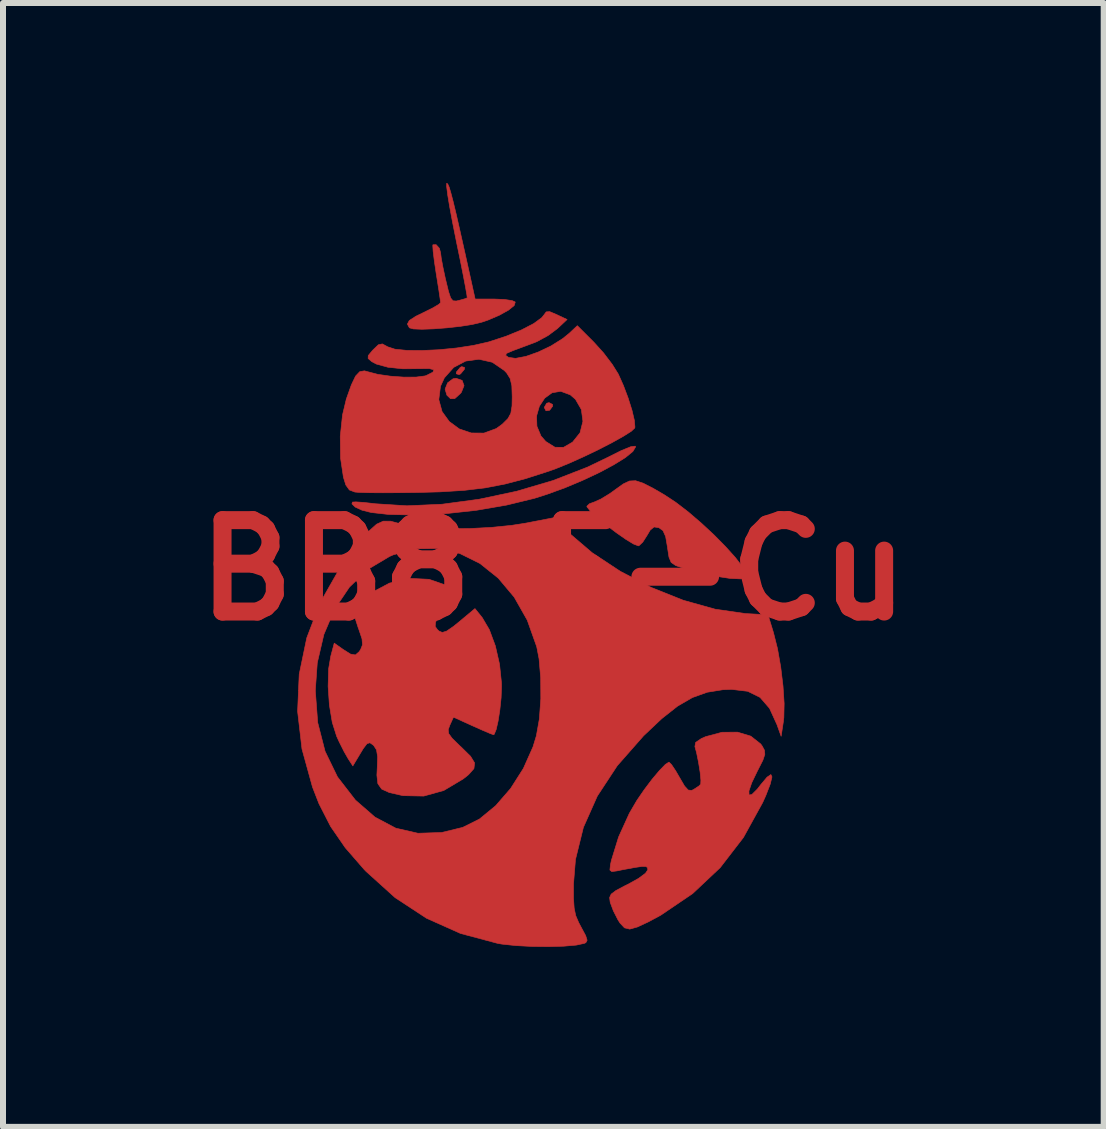
<source format=kicad_pcb>
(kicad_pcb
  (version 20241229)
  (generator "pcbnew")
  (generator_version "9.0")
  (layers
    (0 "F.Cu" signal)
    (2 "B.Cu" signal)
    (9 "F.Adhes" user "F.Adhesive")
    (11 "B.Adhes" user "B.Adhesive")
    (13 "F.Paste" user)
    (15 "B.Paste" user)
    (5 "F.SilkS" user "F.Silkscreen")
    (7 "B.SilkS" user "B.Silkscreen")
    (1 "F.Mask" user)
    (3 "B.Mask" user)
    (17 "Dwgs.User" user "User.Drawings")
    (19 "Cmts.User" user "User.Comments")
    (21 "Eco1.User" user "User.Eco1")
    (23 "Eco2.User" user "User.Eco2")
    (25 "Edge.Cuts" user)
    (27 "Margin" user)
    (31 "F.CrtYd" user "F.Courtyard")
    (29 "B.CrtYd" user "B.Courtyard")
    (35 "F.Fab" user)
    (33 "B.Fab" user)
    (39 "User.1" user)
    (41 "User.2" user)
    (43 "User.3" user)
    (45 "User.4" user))
  (footprint "BB8 F-Cu"
    (layer "F.Cu")
    (at 6.176 6.457)
    (property "Reference" "BB8 F-Cu" (at 0 0 0) (layer "F.Cu") (effects (font (size 1.524 1.524) (thickness 0.3))))
    (attr through_hole)
    (fp_poly (pts (xy -0.013 -2.764) (xy -0.012 -2.734) (xy -0.062 -2.667) (xy -0.123 -2.658) (xy -0.152 -2.714) (xy -0.111 -2.784) (xy -0.072 -2.794) (xy -0.013 -2.764)) (stroke (width 0.01) (type solid)) (fill yes) (layer "F.Cu"))
    (fp_poly (pts (xy -1.48 -3.38) (xy -1.483 -3.35) (xy -1.547 -3.273) (xy -1.572 -3.261) (xy -1.619 -3.275) (xy -1.616 -3.305) (xy -1.552 -3.382) (xy -1.527 -3.394) (xy -1.48 -3.38)) (stroke (width 0.01) (type solid)) (fill yes) (layer "F.Cu"))
    (fp_poly (pts (xy -1.521 -3.165) (xy -1.489 -3.077) (xy -1.534 -2.965) (xy -1.551 -2.945) (xy -1.644 -2.861) (xy -1.714 -2.859) (xy -1.775 -2.918) (xy -1.805 -3.019) (xy -1.763 -3.124) (xy -1.672 -3.192) (xy -1.622 -3.2) (xy -1.521 -3.165)) (stroke (width 0.01) (type solid)) (fill yes) (layer "F.Cu"))
    (fp_poly (pts (xy 1.372 -2.057) (xy 1.326 -1.98) (xy 1.2 -1.877) (xy 1.008 -1.758) (xy 0.767 -1.629) (xy 0.49 -1.499) (xy 0.195 -1.375) (xy -0.104 -1.266) (xy -0.314 -1.199) (xy -0.783 -1.085) (xy -1.289 -0.998) (xy -1.804 -0.942) (xy -2.3 -0.919) (xy -2.751 -0.93) (xy -3.036 -0.962) (xy -3.189 -1) (xy -3.304 -1.053) (xy -3.358 -1.106) (xy -3.349 -1.136) (xy -3.292 -1.139) (xy -3.161 -1.13) (xy -2.985 -1.11) (xy -2.972 -1.108) (xy -2.441 -1.074) (xy -1.856 -1.1) (xy -1.239 -1.183) (xy -0.614 -1.316) (xy -0.003 -1.496) (xy 0.57 -1.719) (xy 0.902 -1.879) (xy 1.136 -1.996) (xy 1.291 -2.059) (xy 1.365 -2.068) (xy 1.372 -2.057)) (stroke (width 0.01) (type solid)) (fill yes) (layer "F.Cu"))
    (fp_poly (pts (xy 1.497 -1.451) (xy 1.67 -1.362) (xy 1.847 -1.259) (xy 2.039 -1.133) (xy 2.25 -0.971) (xy 2.467 -0.785) (xy 2.678 -0.589) (xy 2.871 -0.393) (xy 3.034 -0.212) (xy 3.153 -0.058) (xy 3.217 0.058) (xy 3.216 0.12) (xy 3.127 0.145) (xy 2.947 0.137) (xy 2.678 0.096) (xy 2.667 0.094) (xy 2.455 0.048) (xy 2.235 -0.012) (xy 2.175 -0.03) (xy 2.039 -0.078) (xy 1.964 -0.13) (xy 1.928 -0.217) (xy 1.904 -0.371) (xy 1.902 -0.388) (xy 1.872 -0.562) (xy 1.828 -0.66) (xy 1.759 -0.709) (xy 1.759 -0.709) (xy 1.679 -0.721) (xy 1.615 -0.669) (xy 1.561 -0.578) (xy 1.49 -0.467) (xy 1.428 -0.409) (xy 1.418 -0.406) (xy 1.338 -0.436) (xy 1.208 -0.515) (xy 1.049 -0.626) (xy 0.883 -0.752) (xy 0.732 -0.877) (xy 0.617 -0.984) (xy 0.561 -1.056) (xy 0.559 -1.067) (xy 0.602 -1.108) (xy 0.682 -1.137) (xy 0.79 -1.185) (xy 0.938 -1.275) (xy 1.041 -1.349) (xy 1.165 -1.438) (xy 1.268 -1.487) (xy 1.371 -1.492) (xy 1.497 -1.451)) (stroke (width 0.01) (type solid)) (fill yes) (layer "F.Cu"))
    (fp_poly (pts (xy -1.76 -6.438) (xy -1.738 -6.389) (xy -1.71 -6.296) (xy -1.671 -6.148) (xy -1.62 -5.937) (xy -1.555 -5.651) (xy -1.472 -5.281) (xy -1.419 -5.042) (xy -1.304 -4.521) (xy -0.985 -4.521) (xy -0.814 -4.514) (xy -0.687 -4.495) (xy -0.635 -4.471) (xy -0.653 -4.413) (xy -0.748 -4.336) (xy -0.901 -4.251) (xy -1.093 -4.169) (xy -1.194 -4.135) (xy -1.348 -4.098) (xy -1.549 -4.066) (xy -1.774 -4.041) (xy -1.996 -4.024) (xy -2.191 -4.017) (xy -2.335 -4.023) (xy -2.4 -4.041) (xy -2.434 -4.103) (xy -2.402 -4.163) (xy -2.293 -4.234) (xy -2.159 -4.299) (xy -2.012 -4.372) (xy -1.91 -4.432) (xy -1.88 -4.461) (xy -1.888 -4.524) (xy -1.908 -4.662) (xy -1.938 -4.851) (xy -1.954 -4.951) (xy -1.984 -5.153) (xy -2.004 -5.314) (xy -2.01 -5.41) (xy -2.008 -5.426) (xy -1.954 -5.427) (xy -1.9 -5.367) (xy -1.88 -5.293) (xy -1.869 -5.203) (xy -1.84 -5.047) (xy -1.799 -4.856) (xy -1.794 -4.836) (xy -1.748 -4.647) (xy -1.712 -4.539) (xy -1.673 -4.492) (xy -1.619 -4.488) (xy -1.578 -4.497) (xy -1.477 -4.525) (xy -1.436 -4.541) (xy -1.442 -4.592) (xy -1.466 -4.727) (xy -1.505 -4.931) (xy -1.556 -5.187) (xy -1.617 -5.481) (xy -1.621 -5.502) (xy -1.68 -5.797) (xy -1.728 -6.055) (xy -1.762 -6.26) (xy -1.779 -6.397) (xy -1.778 -6.451) (xy -1.777 -6.452) (xy -1.76 -6.438)) (stroke (width 0.01) (type solid)) (fill yes) (layer "F.Cu"))
    (fp_poly (pts (xy 3.292 2.767) (xy 3.457 2.897) (xy 3.481 2.93) (xy 3.52 3.002) (xy 3.526 3.071) (xy 3.494 3.167) (xy 3.417 3.319) (xy 3.401 3.35) (xy 3.307 3.545) (xy 3.261 3.68) (xy 3.263 3.748) (xy 3.31 3.74) (xy 3.4 3.651) (xy 3.454 3.581) (xy 3.563 3.451) (xy 3.627 3.407) (xy 3.645 3.446) (xy 3.617 3.564) (xy 3.543 3.756) (xy 3.489 3.876) (xy 3.17 4.455) (xy 2.781 4.96) (xy 2.322 5.392) (xy 1.791 5.752) (xy 1.589 5.861) (xy 1.4 5.949) (xy 1.274 5.984) (xy 1.186 5.963) (xy 1.113 5.885) (xy 1.077 5.829) (xy 1.001 5.68) (xy 0.949 5.541) (xy 0.947 5.531) (xy 0.938 5.458) (xy 0.964 5.401) (xy 1.043 5.341) (xy 1.192 5.262) (xy 1.245 5.236) (xy 1.42 5.139) (xy 1.536 5.053) (xy 1.575 4.995) (xy 1.57 4.959) (xy 1.543 4.94) (xy 1.478 4.939) (xy 1.355 4.957) (xy 1.156 4.994) (xy 1.058 5.014) (xy 0.974 5.025) (xy 0.943 4.999) (xy 0.952 4.911) (xy 0.969 4.834) (xy 1.088 4.448) (xy 1.267 4.054) (xy 1.391 3.841) (xy 1.515 3.66) (xy 1.647 3.485) (xy 1.771 3.338) (xy 1.87 3.236) (xy 1.928 3.2) (xy 1.97 3.241) (xy 2.041 3.347) (xy 2.103 3.454) (xy 2.187 3.598) (xy 2.248 3.665) (xy 2.304 3.672) (xy 2.337 3.657) (xy 2.426 3.599) (xy 2.457 3.568) (xy 2.46 3.501) (xy 2.447 3.368) (xy 2.421 3.205) (xy 2.388 3.043) (xy 2.36 2.94) (xy 2.373 2.871) (xy 2.469 2.806) (xy 2.54 2.775) (xy 2.813 2.702) (xy 3.071 2.7) (xy 3.292 2.767)) (stroke (width 0.01) (type solid)) (fill yes) (layer "F.Cu"))
    (fp_poly (pts (xy -2.072 0.152) (xy -1.791 0.249) (xy -1.626 0.332) (xy -1.804 0.596) (xy -1.912 0.762) (xy -1.965 0.869) (xy -1.97 0.938) (xy -1.931 0.993) (xy -1.906 1.015) (xy -1.851 1.038) (xy -1.778 1.015) (xy -1.664 0.936) (xy -1.569 0.859) (xy -1.307 0.64) (xy -1.186 0.79) (xy -1.067 0.992) (xy -0.967 1.262) (xy -0.897 1.569) (xy -0.865 1.878) (xy -0.864 1.939) (xy -0.871 2.129) (xy -0.892 2.33) (xy -0.921 2.515) (xy -0.954 2.659) (xy -0.986 2.736) (xy -0.998 2.743) (xy -1.051 2.724) (xy -1.171 2.673) (xy -1.332 2.601) (xy -1.342 2.597) (xy -1.665 2.45) (xy -1.726 2.584) (xy -1.753 2.659) (xy -1.745 2.724) (xy -1.688 2.802) (xy -1.571 2.917) (xy -1.529 2.956) (xy -1.38 3.103) (xy -1.313 3.213) (xy -1.324 3.308) (xy -1.414 3.409) (xy -1.503 3.48) (xy -1.827 3.673) (xy -2.161 3.766) (xy -2.503 3.759) (xy -2.525 3.755) (xy -2.736 3.707) (xy -2.863 3.649) (xy -2.926 3.559) (xy -2.942 3.418) (xy -2.936 3.296) (xy -2.93 3.111) (xy -2.948 2.996) (xy -2.995 2.923) (xy -3.002 2.917) (xy -3.058 2.877) (xy -3.107 2.892) (xy -3.17 2.975) (xy -3.216 3.051) (xy -3.343 3.263) (xy -3.421 3.143) (xy -3.488 3.026) (xy -3.57 2.863) (xy -3.613 2.769) (xy -3.686 2.538) (xy -3.734 2.248) (xy -3.755 1.937) (xy -3.747 1.645) (xy -3.711 1.433) (xy -3.653 1.216) (xy -3.508 1.319) (xy -3.381 1.399) (xy -3.3 1.413) (xy -3.238 1.359) (xy -3.213 1.322) (xy -3.182 1.244) (xy -3.19 1.145) (xy -3.241 0.993) (xy -3.252 0.964) (xy -3.311 0.781) (xy -3.311 0.648) (xy -3.242 0.535) (xy -3.093 0.413) (xy -3.056 0.387) (xy -2.732 0.215) (xy -2.4 0.136) (xy -2.072 0.152)) (stroke (width 0.01) (type solid)) (fill yes) (layer "F.Cu"))
    (fp_poly (pts (xy 0.242 -0.637) (xy 0.646 -0.292) (xy 1.117 0.019) (xy 1.631 0.287) (xy 2.166 0.501) (xy 2.698 0.65) (xy 3.202 0.723) (xy 3.237 0.725) (xy 3.579 0.743) (xy 3.67 1.041) (xy 3.737 1.307) (xy 3.791 1.614) (xy 3.829 1.93) (xy 3.848 2.222) (xy 3.843 2.459) (xy 3.836 2.519) (xy 3.798 2.769) (xy 3.729 2.576) (xy 3.605 2.304) (xy 3.447 2.121) (xy 3.241 2.019) (xy 2.973 1.987) (xy 2.824 1.993) (xy 2.564 2.035) (xy 2.319 2.123) (xy 2.072 2.266) (xy 1.807 2.475) (xy 1.504 2.761) (xy 1.499 2.767) (xy 1.066 3.259) (xy 0.733 3.766) (xy 0.501 4.288) (xy 0.369 4.823) (xy 0.336 5.232) (xy 0.336 5.469) (xy 0.347 5.634) (xy 0.373 5.759) (xy 0.422 5.874) (xy 0.464 5.953) (xy 0.539 6.093) (xy 0.563 6.17) (xy 0.542 6.21) (xy 0.516 6.222) (xy 0.381 6.251) (xy 0.173 6.269) (xy -0.083 6.276) (xy -0.358 6.273) (xy -0.626 6.259) (xy -0.859 6.234) (xy -0.932 6.221) (xy -1.547 6.057) (xy -2.115 5.803) (xy -2.639 5.459) (xy -3.124 5.021) (xy -3.154 4.99) (xy -3.47 4.626) (xy -3.714 4.272) (xy -3.907 3.895) (xy -4.016 3.615) (xy -4.191 2.981) (xy -4.264 2.353) (xy -4.249 2.007) (xy -3.969 2.007) (xy -3.929 2.541) (xy -3.806 3.02) (xy -3.599 3.447) (xy -3.304 3.828) (xy -3.299 3.834) (xy -2.974 4.117) (xy -2.627 4.301) (xy -2.257 4.386) (xy -1.861 4.373) (xy -1.511 4.288) (xy -1.232 4.149) (xy -0.961 3.926) (xy -0.712 3.639) (xy -0.5 3.306) (xy -0.339 2.945) (xy -0.283 2.761) (xy -0.233 2.479) (xy -0.209 2.144) (xy -0.211 1.798) (xy -0.238 1.479) (xy -0.277 1.277) (xy -0.435 0.833) (xy -0.652 0.45) (xy -0.918 0.133) (xy -1.224 -0.112) (xy -1.561 -0.279) (xy -1.92 -0.363) (xy -2.292 -0.357) (xy -2.667 -0.257) (xy -2.732 -0.229) (xy -3.094 -0.013) (xy -3.4 0.282) (xy -3.646 0.647) (xy -3.826 1.071) (xy -3.936 1.544) (xy -3.969 2.007) (xy -4.249 2.007) (xy -4.237 1.734) (xy -4.111 1.128) (xy -3.886 0.538) (xy -3.562 -0.031) (xy -3.235 -0.468) (xy -3.073 -0.654) (xy -2.947 -0.767) (xy -2.835 -0.818) (xy -2.713 -0.817) (xy -2.559 -0.776) (xy -2.356 -0.733) (xy -2.076 -0.705) (xy -1.746 -0.692) (xy -1.389 -0.695) (xy -1.03 -0.714) (xy -0.694 -0.748) (xy -0.469 -0.783) (xy 0.001 -0.874) (xy 0.242 -0.637)) (stroke (width 0.01) (type solid)) (fill yes) (layer "F.Cu"))
    (fp_poly (pts (xy 0.048 -4.265) (xy 0.059 -4.26) (xy 0.229 -4.18) (xy 0.067 -4.028) (xy -0.089 -3.912) (xy -0.273 -3.812) (xy -0.314 -3.795) (xy -0.488 -3.73) (xy -0.65 -3.67) (xy -0.686 -3.656) (xy -0.783 -3.614) (xy -0.794 -3.581) (xy -0.748 -3.549) (xy -0.631 -3.532) (xy -0.457 -3.565) (xy -0.251 -3.638) (xy -0.039 -3.739) (xy 0.155 -3.861) (xy 0.264 -3.949) (xy 0.4 -4.077) (xy 0.677 -3.8) (xy 0.836 -3.624) (xy 0.982 -3.432) (xy 1.083 -3.27) (xy 1.168 -3.08) (xy 1.247 -2.87) (xy 1.311 -2.667) (xy 1.351 -2.497) (xy 1.36 -2.386) (xy 1.357 -2.371) (xy 1.299 -2.316) (xy 1.166 -2.232) (xy 0.978 -2.127) (xy 0.753 -2.011) (xy 0.509 -1.894) (xy 0.267 -1.785) (xy 0.044 -1.694) (xy -0.07 -1.653) (xy -0.455 -1.529) (xy -0.8 -1.438) (xy -1.135 -1.373) (xy -1.489 -1.331) (xy -1.891 -1.306) (xy -2.261 -1.296) (xy -2.565 -1.292) (xy -2.841 -1.291) (xy -3.072 -1.292) (xy -3.236 -1.297) (xy -3.309 -1.303) (xy -3.401 -1.338) (xy -3.46 -1.421) (xy -3.5 -1.549) (xy -3.548 -1.869) (xy -3.553 -2.231) (xy -3.515 -2.589) (xy -3.454 -2.844) (xy -1.91 -2.844) (xy -1.855 -2.644) (xy -1.735 -2.478) (xy -1.567 -2.355) (xy -1.368 -2.288) (xy -1.157 -2.286) (xy -0.951 -2.362) (xy -0.852 -2.434) (xy -0.758 -2.527) (xy -0.733 -2.571) (xy -0.28 -2.571) (xy -0.274 -2.4) (xy -0.206 -2.237) (xy -0.126 -2.146) (xy 0.027 -2.05) (xy 0.171 -2.049) (xy 0.321 -2.136) (xy 0.445 -2.291) (xy 0.493 -2.482) (xy 0.467 -2.679) (xy 0.368 -2.85) (xy 0.282 -2.924) (xy 0.123 -2.983) (xy -0.022 -2.958) (xy -0.144 -2.869) (xy -0.233 -2.734) (xy -0.28 -2.571) (xy -0.733 -2.571) (xy -0.709 -2.616) (xy -0.689 -2.738) (xy -0.686 -2.89) (xy -0.692 -3.075) (xy -0.72 -3.195) (xy -0.778 -3.288) (xy -0.818 -3.33) (xy -1.018 -3.467) (xy -1.24 -3.517) (xy -1.461 -3.487) (xy -1.661 -3.382) (xy -1.817 -3.207) (xy -1.882 -3.066) (xy -1.91 -2.844) (xy -3.454 -2.844) (xy -3.451 -2.856) (xy -3.368 -3.089) (xy -3.298 -3.236) (xy -3.228 -3.31) (xy -3.15 -3.324) (xy -3.086 -3.307) (xy -2.925 -3.265) (xy -2.715 -3.235) (xy -2.491 -3.219) (xy -2.287 -3.22) (xy -2.141 -3.239) (xy -2.121 -3.245) (xy -2.008 -3.302) (xy -1.992 -3.342) (xy -2.07 -3.362) (xy -2.239 -3.36) (xy -2.239 -3.36) (xy -2.511 -3.358) (xy -2.758 -3.384) (xy -2.951 -3.437) (xy -3.028 -3.478) (xy -3.088 -3.53) (xy -3.086 -3.579) (xy -3.017 -3.662) (xy -3.004 -3.676) (xy -2.917 -3.759) (xy -2.851 -3.773) (xy -2.764 -3.726) (xy -2.761 -3.724) (xy -2.641 -3.685) (xy -2.444 -3.665) (xy -2.192 -3.663) (xy -1.908 -3.676) (xy -1.614 -3.705) (xy -1.333 -3.748) (xy -1.087 -3.804) (xy -1.075 -3.807) (xy -0.788 -3.901) (xy -0.532 -4.006) (xy -0.328 -4.112) (xy -0.194 -4.21) (xy -0.16 -4.252) (xy -0.119 -4.307) (xy -0.061 -4.311) (xy 0.048 -4.265)) (stroke (width 0.01) (type solid)) (fill yes) (layer "F.Cu")))
  (gr_rect
    (start -3 -3)
    (end 15.352 15.738)
    (stroke (width 0.1) (type default))
    (fill no)
    (layer "Edge.Cuts")))
</source>
